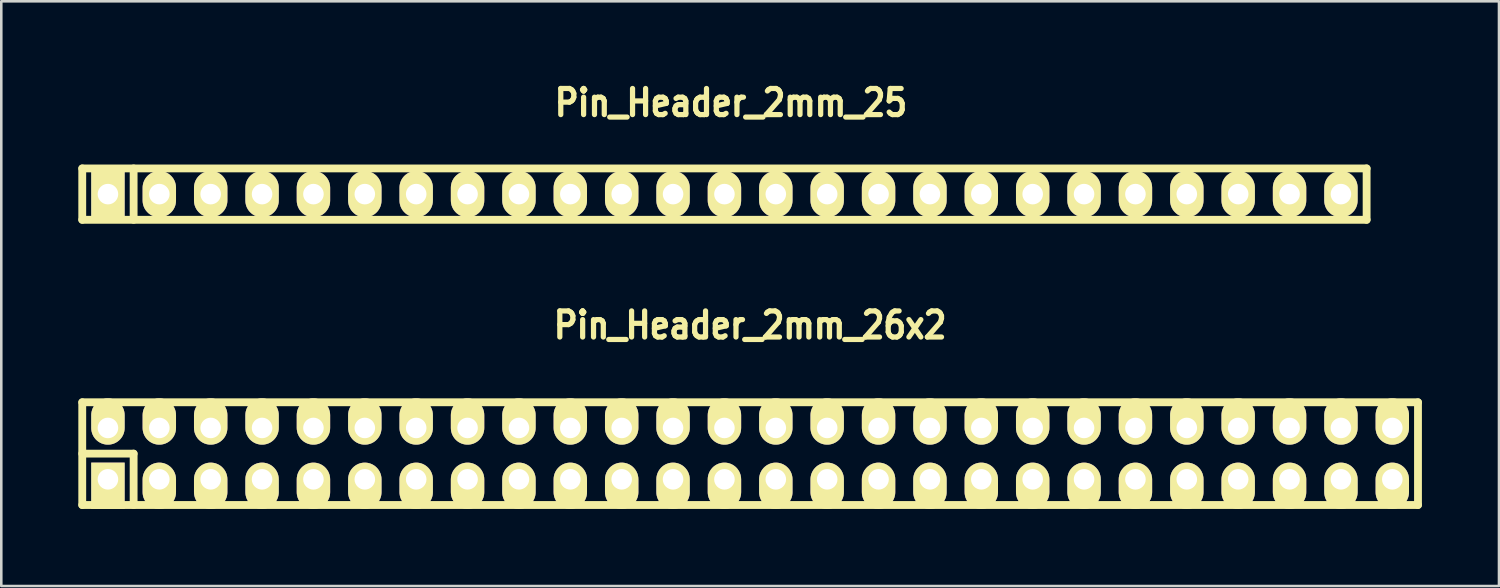
<source format=kicad_pcb>
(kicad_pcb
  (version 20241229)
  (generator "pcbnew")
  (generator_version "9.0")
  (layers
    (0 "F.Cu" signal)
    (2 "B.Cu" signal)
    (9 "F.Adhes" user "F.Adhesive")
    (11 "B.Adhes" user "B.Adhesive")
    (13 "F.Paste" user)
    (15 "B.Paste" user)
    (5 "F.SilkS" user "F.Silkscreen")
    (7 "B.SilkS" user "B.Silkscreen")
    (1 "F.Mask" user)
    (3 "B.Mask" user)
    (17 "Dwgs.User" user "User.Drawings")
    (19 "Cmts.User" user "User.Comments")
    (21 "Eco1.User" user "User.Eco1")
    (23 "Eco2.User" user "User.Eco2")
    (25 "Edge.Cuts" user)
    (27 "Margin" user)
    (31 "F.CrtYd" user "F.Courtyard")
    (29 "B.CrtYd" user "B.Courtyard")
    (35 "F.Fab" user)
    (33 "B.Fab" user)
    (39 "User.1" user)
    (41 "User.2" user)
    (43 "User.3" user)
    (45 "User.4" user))
  (footprint "Pin_Header_2mm_25"
    (layer "F.Cu")
    (at 25.152 4.507)
    (property "Reference" "Pin_Header_2mm_25" (at 0.254 -3.556 0) (layer "F.SilkS") (effects (font (size 1.016 0.889) (thickness 0.203))))
    (attr through_hole)
    (fp_line (start -25 -1) (end 25 -1) (stroke (width 0.305) (type solid)) (layer "F.SilkS"))
    (fp_line (start -25 1) (end -25 -1) (stroke (width 0.305) (type solid)) (layer "F.SilkS"))
    (fp_line (start -23 -1) (end -23 1) (stroke (width 0.305) (type solid)) (layer "F.SilkS"))
    (fp_line (start 25 -1) (end 25 1) (stroke (width 0.305) (type solid)) (layer "F.SilkS"))
    (fp_line (start 25 1) (end -25 1) (stroke (width 0.305) (type solid)) (layer "F.SilkS"))
    (pad "1" thru_hole rect (at -24 0) (size 1.3 1.8) (drill 0.8) (layers "*.Cu" "*.Mask" "F.SilkS"))
    (pad "2" thru_hole oval (at -22 0) (size 1.3 1.8) (drill 0.8) (layers "*.Cu" "*.Mask" "F.SilkS"))
    (pad "3" thru_hole oval (at -20 0) (size 1.3 1.8) (drill 0.8) (layers "*.Cu" "*.Mask" "F.SilkS"))
    (pad "4" thru_hole oval (at -18 0) (size 1.3 1.8) (drill 0.8) (layers "*.Cu" "*.Mask" "F.SilkS"))
    (pad "5" thru_hole oval (at -16 0) (size 1.3 1.8) (drill 0.8) (layers "*.Cu" "*.Mask" "F.SilkS"))
    (pad "6" thru_hole oval (at -14 0) (size 1.3 1.8) (drill 0.8) (layers "*.Cu" "*.Mask" "F.SilkS"))
    (pad "7" thru_hole oval (at -12 0) (size 1.3 1.8) (drill 0.8) (layers "*.Cu" "*.Mask" "F.SilkS"))
    (pad "8" thru_hole oval (at -10 0) (size 1.3 1.8) (drill 0.8) (layers "*.Cu" "*.Mask" "F.SilkS"))
    (pad "9" thru_hole oval (at -8 0) (size 1.3 1.8) (drill 0.8) (layers "*.Cu" "*.Mask" "F.SilkS"))
    (pad "10" thru_hole oval (at -6 0) (size 1.3 1.8) (drill 0.8) (layers "*.Cu" "*.Mask" "F.SilkS"))
    (pad "11" thru_hole oval (at -4 0) (size 1.3 1.8) (drill 0.8) (layers "*.Cu" "*.Mask" "F.SilkS"))
    (pad "12" thru_hole oval (at -2 0) (size 1.3 1.8) (drill 0.8) (layers "*.Cu" "*.Mask" "F.SilkS"))
    (pad "13" thru_hole oval (at 0 0) (size 1.3 1.8) (drill 0.8) (layers "*.Cu" "*.Mask" "F.SilkS"))
    (pad "14" thru_hole oval (at 2 0) (size 1.3 1.8) (drill 0.8) (layers "*.Cu" "*.Mask" "F.SilkS"))
    (pad "15" thru_hole oval (at 4 0) (size 1.3 1.8) (drill 0.8) (layers "*.Cu" "*.Mask" "F.SilkS"))
    (pad "16" thru_hole oval (at 6 0) (size 1.3 1.8) (drill 0.8) (layers "*.Cu" "*.Mask" "F.SilkS"))
    (pad "17" thru_hole oval (at 8 0) (size 1.3 1.8) (drill 0.8) (layers "*.Cu" "*.Mask" "F.SilkS"))
    (pad "18" thru_hole oval (at 10 0) (size 1.3 1.8) (drill 0.8) (layers "*.Cu" "*.Mask" "F.SilkS"))
    (pad "19" thru_hole oval (at 12 0) (size 1.3 1.8) (drill 0.8) (layers "*.Cu" "*.Mask" "F.SilkS"))
    (pad "20" thru_hole oval (at 14 0) (size 1.3 1.8) (drill 0.8) (layers "*.Cu" "*.Mask" "F.SilkS"))
    (pad "21" thru_hole oval (at 16 0) (size 1.3 1.8) (drill 0.8) (layers "*.Cu" "*.Mask" "F.SilkS"))
    (pad "22" thru_hole oval (at 18 0) (size 1.3 1.8) (drill 0.8) (layers "*.Cu" "*.Mask" "F.SilkS"))
    (pad "23" thru_hole oval (at 20 0) (size 1.3 1.8) (drill 0.8) (layers "*.Cu" "*.Mask" "F.SilkS"))
    (pad "24" thru_hole oval (at 22 0) (size 1.3 1.8) (drill 0.8) (layers "*.Cu" "*.Mask" "F.SilkS"))
    (pad "25" thru_hole oval (at 24 0) (size 1.3 1.8) (drill 0.8) (layers "*.Cu" "*.Mask" "F.SilkS")))
  (footprint "Pin_Header_2mm_26x2"
    (layer "F.Cu")
    (at 26.152 14.61)
    (property "Reference" "Pin_Header_2mm_26x2" (at 0 -5 0) (layer "F.SilkS") (effects (font (size 1.016 0.889) (thickness 0.203))))
    (attr through_hole)
    (fp_line (start -26 -2) (end 26 -2) (stroke (width 0.305) (type solid)) (layer "F.SilkS"))
    (fp_line (start -26 0) (end -24 0) (stroke (width 0.305) (type solid)) (layer "F.SilkS"))
    (fp_line (start -26 2) (end -26 -2) (stroke (width 0.305) (type solid)) (layer "F.SilkS"))
    (fp_line (start -24 0) (end -24 2) (stroke (width 0.305) (type solid)) (layer "F.SilkS"))
    (fp_line (start 26 -2) (end 26 2) (stroke (width 0.305) (type solid)) (layer "F.SilkS"))
    (fp_line (start 26 2) (end -26 2) (stroke (width 0.305) (type solid)) (layer "F.SilkS"))
    (pad "1" thru_hole rect (at -25 1) (size 1.3 1.8) (drill 0.8 (offset 0 0.25)) (layers "*.Cu" "*.Mask" "F.SilkS"))
    (pad "2" thru_hole oval (at -25 -1) (size 1.3 1.8) (drill 0.8 (offset 0 -0.25)) (layers "*.Cu" "*.Mask" "F.SilkS"))
    (pad "3" thru_hole oval (at -23 1) (size 1.3 1.8) (drill 0.8 (offset 0 0.25)) (layers "*.Cu" "*.Mask" "F.SilkS"))
    (pad "4" thru_hole oval (at -23 -1) (size 1.3 1.8) (drill 0.8 (offset 0 -0.25)) (layers "*.Cu" "*.Mask" "F.SilkS"))
    (pad "5" thru_hole oval (at -21 1) (size 1.3 1.8) (drill 0.8 (offset 0 0.25)) (layers "*.Cu" "*.Mask" "F.SilkS"))
    (pad "6" thru_hole oval (at -21 -1) (size 1.3 1.8) (drill 0.8 (offset 0 -0.25)) (layers "*.Cu" "*.Mask" "F.SilkS"))
    (pad "7" thru_hole oval (at -19 1) (size 1.3 1.8) (drill 0.8 (offset 0 0.25)) (layers "*.Cu" "*.Mask" "F.SilkS"))
    (pad "8" thru_hole oval (at -19 -1) (size 1.3 1.8) (drill 0.8 (offset 0 -0.25)) (layers "*.Cu" "*.Mask" "F.SilkS"))
    (pad "9" thru_hole oval (at -17 1) (size 1.3 1.8) (drill 0.8 (offset 0 0.25)) (layers "*.Cu" "*.Mask" "F.SilkS"))
    (pad "10" thru_hole oval (at -17 -1) (size 1.3 1.8) (drill 0.8 (offset 0 -0.25)) (layers "*.Cu" "*.Mask" "F.SilkS"))
    (pad "11" thru_hole oval (at -15 1) (size 1.3 1.8) (drill 0.8 (offset 0 0.25)) (layers "*.Cu" "*.Mask" "F.SilkS"))
    (pad "12" thru_hole oval (at -15 -1) (size 1.3 1.8) (drill 0.8 (offset 0 -0.25)) (layers "*.Cu" "*.Mask" "F.SilkS"))
    (pad "13" thru_hole oval (at -13 1) (size 1.3 1.8) (drill 0.8 (offset 0 0.25)) (layers "*.Cu" "*.Mask" "F.SilkS"))
    (pad "14" thru_hole oval (at -13 -1) (size 1.3 1.8) (drill 0.8 (offset 0 -0.25)) (layers "*.Cu" "*.Mask" "F.SilkS"))
    (pad "15" thru_hole oval (at -11 1) (size 1.3 1.8) (drill 0.8 (offset 0 0.25)) (layers "*.Cu" "*.Mask" "F.SilkS"))
    (pad "16" thru_hole oval (at -11 -1) (size 1.3 1.8) (drill 0.8 (offset 0 -0.25)) (layers "*.Cu" "*.Mask" "F.SilkS"))
    (pad "17" thru_hole oval (at -9 1) (size 1.3 1.8) (drill 0.8 (offset 0 0.25)) (layers "*.Cu" "*.Mask" "F.SilkS"))
    (pad "18" thru_hole oval (at -9 -1) (size 1.3 1.8) (drill 0.8 (offset 0 -0.25)) (layers "*.Cu" "*.Mask" "F.SilkS"))
    (pad "19" thru_hole oval (at -7 1) (size 1.3 1.8) (drill 0.8 (offset 0 0.25)) (layers "*.Cu" "*.Mask" "F.SilkS"))
    (pad "20" thru_hole oval (at -7 -1) (size 1.3 1.8) (drill 0.8 (offset 0 -0.25)) (layers "*.Cu" "*.Mask" "F.SilkS"))
    (pad "21" thru_hole oval (at -5 1) (size 1.3 1.8) (drill 0.8 (offset 0 0.25)) (layers "*.Cu" "*.Mask" "F.SilkS"))
    (pad "22" thru_hole oval (at -5 -1) (size 1.3 1.8) (drill 0.8 (offset 0 -0.25)) (layers "*.Cu" "*.Mask" "F.SilkS"))
    (pad "23" thru_hole oval (at -3 1) (size 1.3 1.8) (drill 0.8 (offset 0 0.25)) (layers "*.Cu" "*.Mask" "F.SilkS"))
    (pad "24" thru_hole oval (at -3 -1) (size 1.3 1.8) (drill 0.8 (offset 0 -0.25)) (layers "*.Cu" "*.Mask" "F.SilkS"))
    (pad "25" thru_hole oval (at -1 1) (size 1.3 1.8) (drill 0.8 (offset 0 0.25)) (layers "*.Cu" "*.Mask" "F.SilkS"))
    (pad "26" thru_hole oval (at -1 -1) (size 1.3 1.8) (drill 0.8 (offset 0 -0.25)) (layers "*.Cu" "*.Mask" "F.SilkS"))
    (pad "27" thru_hole oval (at 1 1) (size 1.3 1.8) (drill 0.8 (offset 0 0.25)) (layers "*.Cu" "*.Mask" "F.SilkS"))
    (pad "28" thru_hole oval (at 1 -1) (size 1.3 1.8) (drill 0.8 (offset 0 -0.25)) (layers "*.Cu" "*.Mask" "F.SilkS"))
    (pad "29" thru_hole oval (at 3 1) (size 1.3 1.8) (drill 0.8 (offset 0 0.25)) (layers "*.Cu" "*.Mask" "F.SilkS"))
    (pad "30" thru_hole oval (at 3 -1) (size 1.3 1.8) (drill 0.8 (offset 0 -0.25)) (layers "*.Cu" "*.Mask" "F.SilkS"))
    (pad "31" thru_hole oval (at 5 1) (size 1.3 1.8) (drill 0.8 (offset 0 0.25)) (layers "*.Cu" "*.Mask" "F.SilkS"))
    (pad "32" thru_hole oval (at 5 -1) (size 1.3 1.8) (drill 0.8 (offset 0 -0.25)) (layers "*.Cu" "*.Mask" "F.SilkS"))
    (pad "33" thru_hole oval (at 7 1) (size 1.3 1.8) (drill 0.8 (offset 0 0.25)) (layers "*.Cu" "*.Mask" "F.SilkS"))
    (pad "34" thru_hole oval (at 7 -1) (size 1.3 1.8) (drill 0.8 (offset 0 -0.25)) (layers "*.Cu" "*.Mask" "F.SilkS"))
    (pad "35" thru_hole oval (at 9 1) (size 1.3 1.8) (drill 0.8 (offset 0 0.25)) (layers "*.Cu" "*.Mask" "F.SilkS"))
    (pad "36" thru_hole oval (at 9 -1) (size 1.3 1.8) (drill 0.8 (offset 0 -0.25)) (layers "*.Cu" "*.Mask" "F.SilkS"))
    (pad "37" thru_hole oval (at 11 1) (size 1.3 1.8) (drill 0.8 (offset 0 0.25)) (layers "*.Cu" "*.Mask" "F.SilkS"))
    (pad "38" thru_hole oval (at 11 -1) (size 1.3 1.8) (drill 0.8 (offset 0 -0.25)) (layers "*.Cu" "*.Mask" "F.SilkS"))
    (pad "39" thru_hole oval (at 13 1) (size 1.3 1.8) (drill 0.8 (offset 0 0.25)) (layers "*.Cu" "*.Mask" "F.SilkS"))
    (pad "40" thru_hole oval (at 13 -1) (size 1.3 1.8) (drill 0.8 (offset 0 -0.25)) (layers "*.Cu" "*.Mask" "F.SilkS"))
    (pad "41" thru_hole oval (at 15 1) (size 1.3 1.8) (drill 0.8 (offset 0 0.25)) (layers "*.Cu" "*.Mask" "F.SilkS"))
    (pad "42" thru_hole oval (at 15 -1) (size 1.3 1.8) (drill 0.8 (offset 0 -0.25)) (layers "*.Cu" "*.Mask" "F.SilkS"))
    (pad "43" thru_hole oval (at 17 1) (size 1.3 1.8) (drill 0.8 (offset 0 0.25)) (layers "*.Cu" "*.Mask" "F.SilkS"))
    (pad "44" thru_hole oval (at 17 -1) (size 1.3 1.8) (drill 0.8 (offset 0 -0.25)) (layers "*.Cu" "*.Mask" "F.SilkS"))
    (pad "45" thru_hole oval (at 19 1) (size 1.3 1.8) (drill 0.8 (offset 0 0.25)) (layers "*.Cu" "*.Mask" "F.SilkS"))
    (pad "46" thru_hole oval (at 19 -1) (size 1.3 1.8) (drill 0.8 (offset 0 -0.25)) (layers "*.Cu" "*.Mask" "F.SilkS"))
    (pad "47" thru_hole oval (at 21 1) (size 1.3 1.8) (drill 0.8 (offset 0 0.25)) (layers "*.Cu" "*.Mask" "F.SilkS"))
    (pad "48" thru_hole oval (at 21 -1) (size 1.3 1.8) (drill 0.8 (offset 0 -0.25)) (layers "*.Cu" "*.Mask" "F.SilkS"))
    (pad "49" thru_hole oval (at 23 1) (size 1.3 1.8) (drill 0.8 (offset 0 0.25)) (layers "*.Cu" "*.Mask" "F.SilkS"))
    (pad "50" thru_hole oval (at 23 -1) (size 1.3 1.8) (drill 0.8 (offset 0 -0.25)) (layers "*.Cu" "*.Mask" "F.SilkS"))
    (pad "51" thru_hole oval (at 25 1) (size 1.3 1.8) (drill 0.8 (offset 0 0.25)) (layers "*.Cu" "*.Mask" "F.SilkS"))
    (pad "52" thru_hole oval (at 25 -1) (size 1.3 1.8) (drill 0.8 (offset 0 -0.25)) (layers "*.Cu" "*.Mask" "F.SilkS")))
  (gr_rect
    (start -3 -3)
    (end 55.305 19.763)
    (stroke (width 0.1) (type default))
    (fill no)
    (layer "Edge.Cuts")))
</source>
